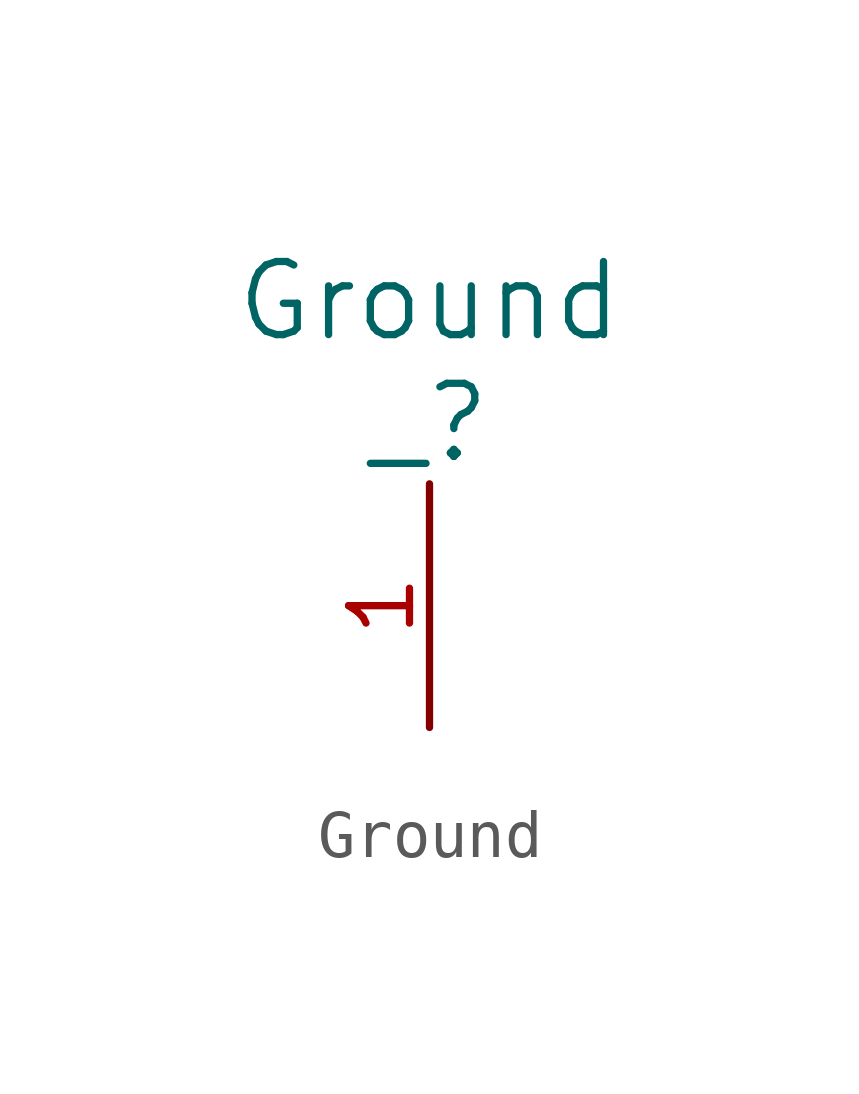
<source format=kicad_sym>
(kicad_symbol_lib
  (version 20211014)
  (generator kicad_symbol_editor)
  (symbol "Ground"
    (pin_names
      (offset 1.016))
    (property "Reference" "_"
      (at 0 1.27 0)
      (effects (font (size 1.524 1.524))))
    (property "Value" "Ground"
      (at 0 3.81 0)
      (effects (font (size 1.524 1.524))))
    (symbol "Ground_1_1"
      (pin power_out line (at 0 -5.08 90) (length 5.08) (name "~" (effects (font (size 1.27 1.27)))) (number "1" (effects (font (size 1.27 1.27))))))))
</source>
